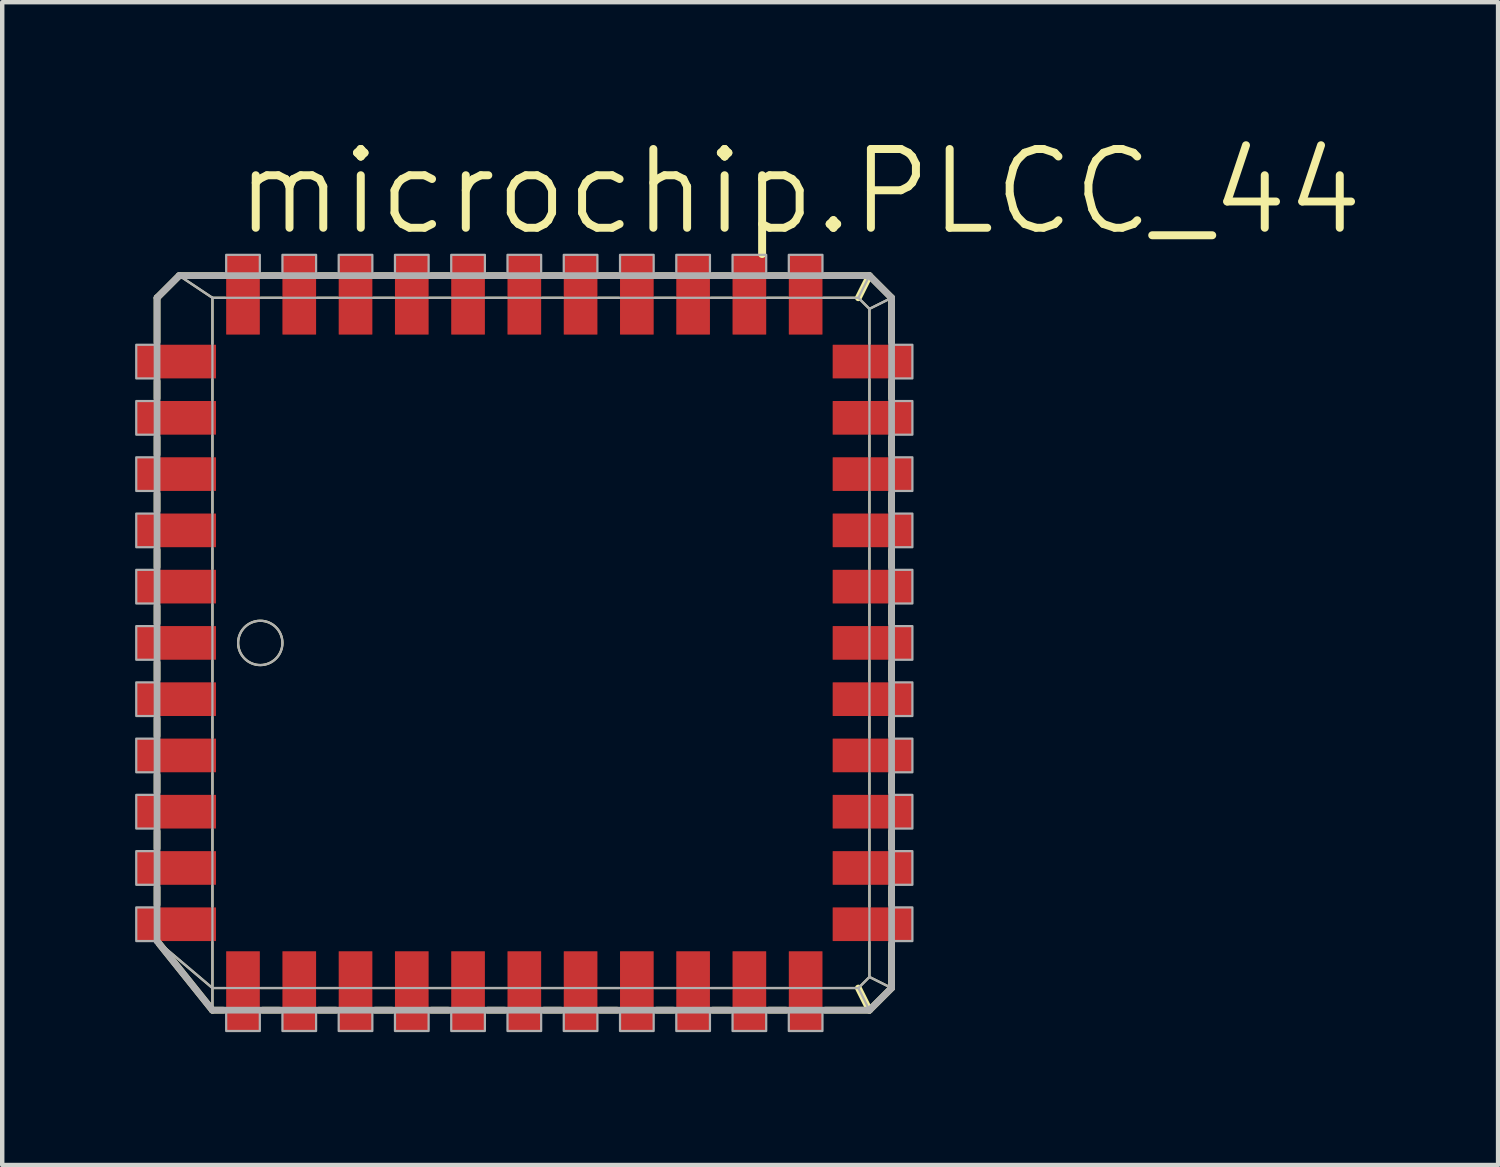
<source format=kicad_pcb>
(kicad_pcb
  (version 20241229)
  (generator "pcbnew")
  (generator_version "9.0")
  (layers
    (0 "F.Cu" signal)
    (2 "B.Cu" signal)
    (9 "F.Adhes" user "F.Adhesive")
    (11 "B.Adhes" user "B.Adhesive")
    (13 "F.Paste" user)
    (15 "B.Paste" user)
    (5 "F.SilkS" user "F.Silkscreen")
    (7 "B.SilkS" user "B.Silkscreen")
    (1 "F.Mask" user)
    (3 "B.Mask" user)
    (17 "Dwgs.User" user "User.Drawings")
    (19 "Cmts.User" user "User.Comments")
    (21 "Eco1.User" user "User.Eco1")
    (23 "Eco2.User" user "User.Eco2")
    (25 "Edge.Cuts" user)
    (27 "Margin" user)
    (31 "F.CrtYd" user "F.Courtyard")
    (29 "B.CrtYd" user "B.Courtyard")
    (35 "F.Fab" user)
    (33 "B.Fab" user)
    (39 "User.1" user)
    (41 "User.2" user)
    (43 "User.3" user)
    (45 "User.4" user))
  (footprint "microchip.PLCC_44"
    (layer "F.Cu")
    (at 8.785 11.462)
    (property "Reference" "microchip.PLCC_44" (at -6.604 -9.144 0) (layer "F.SilkS") (effects (font (size 1.778 1.778) (thickness 0.18)) (justify left bottom)))
    (attr smd)
    (fp_line (start -8.29 -7.79) (end -7.79 -8.29) (stroke (width 0.152) (type default)) (layer "F.SilkS"))
    (fp_line (start -8.29 -6.79) (end -8.29 -7.79) (stroke (width 0.152) (type default)) (layer "F.SilkS"))
    (fp_line (start -8.29 -5.52) (end -8.29 -5.91) (stroke (width 0.152) (type default)) (layer "F.SilkS"))
    (fp_line (start -8.29 -4.25) (end -8.29 -4.64) (stroke (width 0.152) (type default)) (layer "F.SilkS"))
    (fp_line (start -8.29 -2.98) (end -8.29 -3.37) (stroke (width 0.152) (type default)) (layer "F.SilkS"))
    (fp_line (start -8.29 -1.71) (end -8.29 -2.1) (stroke (width 0.152) (type default)) (layer "F.SilkS"))
    (fp_line (start -8.29 -0.44) (end -8.29 -0.83) (stroke (width 0.152) (type default)) (layer "F.SilkS"))
    (fp_line (start -8.29 0.83) (end -8.29 0.44) (stroke (width 0.152) (type default)) (layer "F.SilkS"))
    (fp_line (start -8.29 2.1) (end -8.29 1.71) (stroke (width 0.152) (type default)) (layer "F.SilkS"))
    (fp_line (start -8.29 3.37) (end -8.29 2.98) (stroke (width 0.152) (type default)) (layer "F.SilkS"))
    (fp_line (start -8.29 4.64) (end -8.29 4.25) (stroke (width 0.152) (type default)) (layer "F.SilkS"))
    (fp_line (start -8.29 5.91) (end -8.29 5.52) (stroke (width 0.152) (type default)) (layer "F.SilkS"))
    (fp_line (start -7.79 -8.29) (end -7.04 -7.79) (stroke (width 0.051) (type default)) (layer "F.SilkS"))
    (fp_line (start -7.79 -8.29) (end -6.79 -8.29) (stroke (width 0.152) (type default)) (layer "F.SilkS"))
    (fp_line (start -7.04 -7.79) (end -6.75 -7.79) (stroke (width 0.051) (type default)) (layer "F.SilkS"))
    (fp_line (start -7.04 -6.75) (end -7.04 -7.79) (stroke (width 0.051) (type default)) (layer "F.SilkS"))
    (fp_line (start -7.04 -5.48) (end -7.04 -5.95) (stroke (width 0.051) (type default)) (layer "F.SilkS"))
    (fp_line (start -7.04 -4.21) (end -7.04 -4.68) (stroke (width 0.051) (type default)) (layer "F.SilkS"))
    (fp_line (start -7.04 -2.94) (end -7.04 -3.41) (stroke (width 0.051) (type default)) (layer "F.SilkS"))
    (fp_line (start -7.04 -1.67) (end -7.04 -2.14) (stroke (width 0.051) (type default)) (layer "F.SilkS"))
    (fp_line (start -7.04 -0.4) (end -7.04 -0.87) (stroke (width 0.051) (type default)) (layer "F.SilkS"))
    (fp_line (start -7.04 0.87) (end -7.04 0.4) (stroke (width 0.051) (type default)) (layer "F.SilkS"))
    (fp_line (start -7.04 2.14) (end -7.04 1.67) (stroke (width 0.051) (type default)) (layer "F.SilkS"))
    (fp_line (start -7.04 3.41) (end -7.04 2.94) (stroke (width 0.051) (type default)) (layer "F.SilkS"))
    (fp_line (start -7.04 4.68) (end -7.04 4.21) (stroke (width 0.051) (type default)) (layer "F.SilkS"))
    (fp_line (start -7.04 5.95) (end -7.04 5.48) (stroke (width 0.051) (type default)) (layer "F.SilkS"))
    (fp_line (start -7.04 7.79) (end -8.27 6.75) (stroke (width 0.051) (type default)) (layer "F.SilkS"))
    (fp_line (start -7.04 7.79) (end -7.04 6.75) (stroke (width 0.051) (type default)) (layer "F.SilkS"))
    (fp_line (start -7.04 8.29) (end -8.24 6.79) (stroke (width 0.152) (type default)) (layer "F.SilkS"))
    (fp_line (start -7.04 8.29) (end -7.04 7.79) (stroke (width 0.051) (type default)) (layer "F.SilkS"))
    (fp_line (start -6.79 8.29) (end -7.04 8.29) (stroke (width 0.152) (type default)) (layer "F.SilkS"))
    (fp_line (start -6.75 7.79) (end -7.04 7.79) (stroke (width 0.051) (type default)) (layer "F.SilkS"))
    (fp_line (start -5.95 -7.79) (end -5.48 -7.79) (stroke (width 0.051) (type default)) (layer "F.SilkS"))
    (fp_line (start -5.91 -8.29) (end -5.52 -8.29) (stroke (width 0.152) (type default)) (layer "F.SilkS"))
    (fp_line (start -5.52 8.29) (end -5.91 8.29) (stroke (width 0.152) (type default)) (layer "F.SilkS"))
    (fp_line (start -5.48 7.79) (end -5.95 7.79) (stroke (width 0.051) (type default)) (layer "F.SilkS"))
    (fp_line (start -4.68 -7.79) (end -4.21 -7.79) (stroke (width 0.051) (type default)) (layer "F.SilkS"))
    (fp_line (start -4.64 -8.29) (end -4.25 -8.29) (stroke (width 0.152) (type default)) (layer "F.SilkS"))
    (fp_line (start -4.25 8.29) (end -4.64 8.29) (stroke (width 0.152) (type default)) (layer "F.SilkS"))
    (fp_line (start -4.21 7.79) (end -4.68 7.79) (stroke (width 0.051) (type default)) (layer "F.SilkS"))
    (fp_line (start -3.41 -7.79) (end -2.94 -7.79) (stroke (width 0.051) (type default)) (layer "F.SilkS"))
    (fp_line (start -3.37 -8.29) (end -2.98 -8.29) (stroke (width 0.152) (type default)) (layer "F.SilkS"))
    (fp_line (start -2.98 8.29) (end -3.37 8.29) (stroke (width 0.152) (type default)) (layer "F.SilkS"))
    (fp_line (start -2.94 7.79) (end -3.41 7.79) (stroke (width 0.051) (type default)) (layer "F.SilkS"))
    (fp_line (start -2.14 -7.79) (end -1.67 -7.79) (stroke (width 0.051) (type default)) (layer "F.SilkS"))
    (fp_line (start -2.1 -8.29) (end -1.71 -8.29) (stroke (width 0.152) (type default)) (layer "F.SilkS"))
    (fp_line (start -1.71 8.29) (end -2.1 8.29) (stroke (width 0.152) (type default)) (layer "F.SilkS"))
    (fp_line (start -1.67 7.79) (end -2.14 7.79) (stroke (width 0.051) (type default)) (layer "F.SilkS"))
    (fp_line (start -0.87 -7.79) (end -0.4 -7.79) (stroke (width 0.051) (type default)) (layer "F.SilkS"))
    (fp_line (start -0.83 -8.29) (end -0.44 -8.29) (stroke (width 0.152) (type default)) (layer "F.SilkS"))
    (fp_line (start -0.44 8.29) (end -0.83 8.29) (stroke (width 0.152) (type default)) (layer "F.SilkS"))
    (fp_line (start -0.4 7.79) (end -0.87 7.79) (stroke (width 0.051) (type default)) (layer "F.SilkS"))
    (fp_line (start 0.4 -7.79) (end 0.87 -7.79) (stroke (width 0.051) (type default)) (layer "F.SilkS"))
    (fp_line (start 0.44 -8.29) (end 0.83 -8.29) (stroke (width 0.152) (type default)) (layer "F.SilkS"))
    (fp_line (start 0.83 8.29) (end 0.44 8.29) (stroke (width 0.152) (type default)) (layer "F.SilkS"))
    (fp_line (start 0.87 7.79) (end 0.4 7.79) (stroke (width 0.051) (type default)) (layer "F.SilkS"))
    (fp_line (start 1.67 -7.79) (end 2.14 -7.79) (stroke (width 0.051) (type default)) (layer "F.SilkS"))
    (fp_line (start 1.71 -8.29) (end 2.1 -8.29) (stroke (width 0.152) (type default)) (layer "F.SilkS"))
    (fp_line (start 2.1 8.29) (end 1.71 8.29) (stroke (width 0.152) (type default)) (layer "F.SilkS"))
    (fp_line (start 2.14 7.79) (end 1.67 7.79) (stroke (width 0.051) (type default)) (layer "F.SilkS"))
    (fp_line (start 2.94 -7.79) (end 3.41 -7.79) (stroke (width 0.051) (type default)) (layer "F.SilkS"))
    (fp_line (start 2.98 -8.29) (end 3.37 -8.29) (stroke (width 0.152) (type default)) (layer "F.SilkS"))
    (fp_line (start 3.37 8.29) (end 2.98 8.29) (stroke (width 0.152) (type default)) (layer "F.SilkS"))
    (fp_line (start 3.41 7.79) (end 2.94 7.79) (stroke (width 0.051) (type default)) (layer "F.SilkS"))
    (fp_line (start 4.21 -7.79) (end 4.68 -7.79) (stroke (width 0.051) (type default)) (layer "F.SilkS"))
    (fp_line (start 4.25 -8.29) (end 4.64 -8.29) (stroke (width 0.152) (type default)) (layer "F.SilkS"))
    (fp_line (start 4.64 8.29) (end 4.25 8.29) (stroke (width 0.152) (type default)) (layer "F.SilkS"))
    (fp_line (start 4.68 7.79) (end 4.21 7.79) (stroke (width 0.051) (type default)) (layer "F.SilkS"))
    (fp_line (start 5.48 -7.79) (end 5.95 -7.79) (stroke (width 0.051) (type default)) (layer "F.SilkS"))
    (fp_line (start 5.52 -8.29) (end 5.91 -8.29) (stroke (width 0.152) (type default)) (layer "F.SilkS"))
    (fp_line (start 5.91 8.29) (end 5.52 8.29) (stroke (width 0.152) (type default)) (layer "F.SilkS"))
    (fp_line (start 5.95 7.79) (end 5.48 7.79) (stroke (width 0.051) (type default)) (layer "F.SilkS"))
    (fp_line (start 6.75 -7.79) (end 7.54 -7.79) (stroke (width 0.051) (type default)) (layer "F.SilkS"))
    (fp_line (start 6.79 -8.29) (end 7.79 -8.29) (stroke (width 0.152) (type default)) (layer "F.SilkS"))
    (fp_line (start 7.54 -7.79) (end 7.79 -8.29) (stroke (width 0.152) (type default)) (layer "F.SilkS"))
    (fp_line (start 7.54 -7.79) (end 7.79 -7.54) (stroke (width 0.051) (type default)) (layer "F.SilkS"))
    (fp_line (start 7.54 7.79) (end 6.75 7.79) (stroke (width 0.051) (type default)) (layer "F.SilkS"))
    (fp_line (start 7.79 -8.29) (end 8.29 -7.79) (stroke (width 0.152) (type default)) (layer "F.SilkS"))
    (fp_line (start 7.79 -7.54) (end 7.79 -6.75) (stroke (width 0.051) (type default)) (layer "F.SilkS"))
    (fp_line (start 7.79 -7.54) (end 8.29 -7.79) (stroke (width 0.051) (type default)) (layer "F.SilkS"))
    (fp_line (start 7.79 -5.95) (end 7.79 -5.48) (stroke (width 0.051) (type default)) (layer "F.SilkS"))
    (fp_line (start 7.79 -4.68) (end 7.79 -4.21) (stroke (width 0.051) (type default)) (layer "F.SilkS"))
    (fp_line (start 7.79 -3.41) (end 7.79 -2.94) (stroke (width 0.051) (type default)) (layer "F.SilkS"))
    (fp_line (start 7.79 -2.14) (end 7.79 -1.67) (stroke (width 0.051) (type default)) (layer "F.SilkS"))
    (fp_line (start 7.79 -0.87) (end 7.79 -0.4) (stroke (width 0.051) (type default)) (layer "F.SilkS"))
    (fp_line (start 7.79 0.4) (end 7.79 0.87) (stroke (width 0.051) (type default)) (layer "F.SilkS"))
    (fp_line (start 7.79 1.67) (end 7.79 2.14) (stroke (width 0.051) (type default)) (layer "F.SilkS"))
    (fp_line (start 7.79 2.94) (end 7.79 3.41) (stroke (width 0.051) (type default)) (layer "F.SilkS"))
    (fp_line (start 7.79 4.21) (end 7.79 4.68) (stroke (width 0.051) (type default)) (layer "F.SilkS"))
    (fp_line (start 7.79 5.48) (end 7.79 5.95) (stroke (width 0.051) (type default)) (layer "F.SilkS"))
    (fp_line (start 7.79 6.75) (end 7.79 7.54) (stroke (width 0.051) (type default)) (layer "F.SilkS"))
    (fp_line (start 7.79 7.54) (end 7.54 7.79) (stroke (width 0.051) (type default)) (layer "F.SilkS"))
    (fp_line (start 7.79 8.29) (end 6.79 8.29) (stroke (width 0.152) (type default)) (layer "F.SilkS"))
    (fp_line (start 7.79 8.29) (end 7.54 7.79) (stroke (width 0.152) (type default)) (layer "F.SilkS"))
    (fp_line (start 8.29 -7.79) (end 8.29 -6.79) (stroke (width 0.152) (type default)) (layer "F.SilkS"))
    (fp_line (start 8.29 -5.91) (end 8.29 -5.52) (stroke (width 0.152) (type default)) (layer "F.SilkS"))
    (fp_line (start 8.29 -4.64) (end 8.29 -4.25) (stroke (width 0.152) (type default)) (layer "F.SilkS"))
    (fp_line (start 8.29 -3.37) (end 8.29 -2.98) (stroke (width 0.152) (type default)) (layer "F.SilkS"))
    (fp_line (start 8.29 -2.1) (end 8.29 -1.71) (stroke (width 0.152) (type default)) (layer "F.SilkS"))
    (fp_line (start 8.29 -0.83) (end 8.29 -0.44) (stroke (width 0.152) (type default)) (layer "F.SilkS"))
    (fp_line (start 8.29 0.44) (end 8.29 0.83) (stroke (width 0.152) (type default)) (layer "F.SilkS"))
    (fp_line (start 8.29 1.71) (end 8.29 2.1) (stroke (width 0.152) (type default)) (layer "F.SilkS"))
    (fp_line (start 8.29 2.98) (end 8.29 3.37) (stroke (width 0.152) (type default)) (layer "F.SilkS"))
    (fp_line (start 8.29 4.25) (end 8.29 4.64) (stroke (width 0.152) (type default)) (layer "F.SilkS"))
    (fp_line (start 8.29 5.52) (end 8.29 5.91) (stroke (width 0.152) (type default)) (layer "F.SilkS"))
    (fp_line (start 8.29 6.79) (end 8.29 7.79) (stroke (width 0.152) (type default)) (layer "F.SilkS"))
    (fp_line (start 8.29 7.79) (end 7.79 7.54) (stroke (width 0.051) (type default)) (layer "F.SilkS"))
    (fp_line (start 8.29 7.79) (end 7.79 8.29) (stroke (width 0.152) (type default)) (layer "F.SilkS"))
    (fp_circle (center -5.96 0) (end -5.46 0) (stroke (width 0.051) (type default)) (fill no) (layer "F.SilkS"))
    (fp_line (start -8.29 6.73) (end -8.29 -7.79) (stroke (width 0.152) (type default)) (layer "F.Fab"))
    (fp_line (start -8.29 -7.79) (end -7.79 -8.29) (stroke (width 0.152) (type default)) (layer "F.Fab"))
    (fp_line (start -7.79 -8.29) (end -7.04 -7.79) (stroke (width 0.051) (type default)) (layer "F.Fab"))
    (fp_line (start -7.79 -8.29) (end 7.79 -8.29) (stroke (width 0.152) (type default)) (layer "F.Fab"))
    (fp_line (start -7.04 -7.79) (end 7.54 -7.79) (stroke (width 0.051) (type default)) (layer "F.Fab"))
    (fp_line (start -7.04 7.79) (end -8.29 6.73) (stroke (width 0.051) (type default)) (layer "F.Fab"))
    (fp_line (start -7.04 7.79) (end -7.04 -7.79) (stroke (width 0.051) (type default)) (layer "F.Fab"))
    (fp_line (start -7.04 8.29) (end -8.29 6.73) (stroke (width 0.152) (type default)) (layer "F.Fab"))
    (fp_line (start -7.04 8.29) (end -7.04 7.79) (stroke (width 0.051) (type default)) (layer "F.Fab"))
    (fp_line (start 7.54 -7.79) (end 7.79 -8.29) (stroke (width 0.051) (type default)) (layer "F.Fab"))
    (fp_line (start 7.54 -7.79) (end 7.79 -7.54) (stroke (width 0.051) (type default)) (layer "F.Fab"))
    (fp_line (start 7.54 7.79) (end -7.04 7.79) (stroke (width 0.051) (type default)) (layer "F.Fab"))
    (fp_line (start 7.79 -8.29) (end 8.29 -7.79) (stroke (width 0.152) (type default)) (layer "F.Fab"))
    (fp_line (start 7.79 -7.54) (end 7.79 7.54) (stroke (width 0.051) (type default)) (layer "F.Fab"))
    (fp_line (start 7.79 -7.54) (end 8.29 -7.79) (stroke (width 0.051) (type default)) (layer "F.Fab"))
    (fp_line (start 7.79 7.54) (end 7.54 7.79) (stroke (width 0.051) (type default)) (layer "F.Fab"))
    (fp_line (start 7.79 8.29) (end -7.04 8.29) (stroke (width 0.152) (type default)) (layer "F.Fab"))
    (fp_line (start 7.79 8.29) (end 7.54 7.79) (stroke (width 0.051) (type default)) (layer "F.Fab"))
    (fp_line (start 8.29 -7.79) (end 8.29 7.79) (stroke (width 0.152) (type default)) (layer "F.Fab"))
    (fp_line (start 8.29 7.79) (end 7.79 7.54) (stroke (width 0.051) (type default)) (layer "F.Fab"))
    (fp_line (start 8.29 7.79) (end 7.79 8.29) (stroke (width 0.152) (type default)) (layer "F.Fab"))
    (fp_rect (start -8.76 -5.97) (end -8.29 -6.73) (stroke (width 0.05) (type default)) (fill no) (layer "F.Fab"))
    (fp_rect (start -8.76 -4.7) (end -8.29 -5.46) (stroke (width 0.05) (type default)) (fill no) (layer "F.Fab"))
    (fp_rect (start -8.76 -3.43) (end -8.29 -4.19) (stroke (width 0.05) (type default)) (fill no) (layer "F.Fab"))
    (fp_rect (start -8.76 -2.16) (end -8.29 -2.92) (stroke (width 0.05) (type default)) (fill no) (layer "F.Fab"))
    (fp_rect (start -8.76 -0.89) (end -8.29 -1.65) (stroke (width 0.05) (type default)) (fill no) (layer "F.Fab"))
    (fp_rect (start -8.76 0.38) (end -8.29 -0.38) (stroke (width 0.05) (type default)) (fill no) (layer "F.Fab"))
    (fp_rect (start -8.76 1.65) (end -8.29 0.89) (stroke (width 0.05) (type default)) (fill no) (layer "F.Fab"))
    (fp_rect (start -8.76 2.92) (end -8.29 2.16) (stroke (width 0.05) (type default)) (fill no) (layer "F.Fab"))
    (fp_rect (start -8.76 4.19) (end -8.29 3.43) (stroke (width 0.05) (type default)) (fill no) (layer "F.Fab"))
    (fp_rect (start -8.76 5.46) (end -8.29 4.7) (stroke (width 0.05) (type default)) (fill no) (layer "F.Fab"))
    (fp_rect (start -8.76 6.73) (end -8.29 5.97) (stroke (width 0.05) (type default)) (fill no) (layer "F.Fab"))
    (fp_rect (start -6.73 -8.29) (end -5.97 -8.76) (stroke (width 0.05) (type default)) (fill no) (layer "F.Fab"))
    (fp_rect (start -6.73 8.76) (end -5.97 8.29) (stroke (width 0.05) (type default)) (fill no) (layer "F.Fab"))
    (fp_rect (start -5.46 -8.29) (end -4.7 -8.76) (stroke (width 0.05) (type default)) (fill no) (layer "F.Fab"))
    (fp_rect (start -5.46 8.76) (end -4.7 8.29) (stroke (width 0.05) (type default)) (fill no) (layer "F.Fab"))
    (fp_rect (start -4.19 -8.29) (end -3.43 -8.76) (stroke (width 0.05) (type default)) (fill no) (layer "F.Fab"))
    (fp_rect (start -4.19 8.76) (end -3.43 8.29) (stroke (width 0.05) (type default)) (fill no) (layer "F.Fab"))
    (fp_rect (start -2.92 -8.29) (end -2.16 -8.76) (stroke (width 0.05) (type default)) (fill no) (layer "F.Fab"))
    (fp_rect (start -2.92 8.76) (end -2.16 8.29) (stroke (width 0.05) (type default)) (fill no) (layer "F.Fab"))
    (fp_rect (start -1.65 -8.29) (end -0.89 -8.76) (stroke (width 0.05) (type default)) (fill no) (layer "F.Fab"))
    (fp_rect (start -1.65 8.76) (end -0.89 8.29) (stroke (width 0.05) (type default)) (fill no) (layer "F.Fab"))
    (fp_rect (start -0.38 -8.29) (end 0.38 -8.76) (stroke (width 0.05) (type default)) (fill no) (layer "F.Fab"))
    (fp_rect (start -0.38 8.76) (end 0.38 8.29) (stroke (width 0.05) (type default)) (fill no) (layer "F.Fab"))
    (fp_rect (start 0.89 -8.29) (end 1.65 -8.76) (stroke (width 0.05) (type default)) (fill no) (layer "F.Fab"))
    (fp_rect (start 0.89 8.76) (end 1.65 8.29) (stroke (width 0.05) (type default)) (fill no) (layer "F.Fab"))
    (fp_rect (start 2.16 -8.29) (end 2.92 -8.76) (stroke (width 0.05) (type default)) (fill no) (layer "F.Fab"))
    (fp_rect (start 2.16 8.76) (end 2.92 8.29) (stroke (width 0.05) (type default)) (fill no) (layer "F.Fab"))
    (fp_rect (start 3.43 -8.29) (end 4.19 -8.76) (stroke (width 0.05) (type default)) (fill no) (layer "F.Fab"))
    (fp_rect (start 3.43 8.76) (end 4.19 8.29) (stroke (width 0.05) (type default)) (fill no) (layer "F.Fab"))
    (fp_rect (start 4.7 -8.29) (end 5.46 -8.76) (stroke (width 0.05) (type default)) (fill no) (layer "F.Fab"))
    (fp_rect (start 4.7 8.76) (end 5.46 8.29) (stroke (width 0.05) (type default)) (fill no) (layer "F.Fab"))
    (fp_rect (start 5.97 -8.29) (end 6.73 -8.76) (stroke (width 0.05) (type default)) (fill no) (layer "F.Fab"))
    (fp_rect (start 5.97 8.76) (end 6.73 8.29) (stroke (width 0.05) (type default)) (fill no) (layer "F.Fab"))
    (fp_rect (start 8.29 -5.97) (end 8.76 -6.73) (stroke (width 0.05) (type default)) (fill no) (layer "F.Fab"))
    (fp_rect (start 8.29 -4.7) (end 8.76 -5.46) (stroke (width 0.05) (type default)) (fill no) (layer "F.Fab"))
    (fp_rect (start 8.29 -3.43) (end 8.76 -4.19) (stroke (width 0.05) (type default)) (fill no) (layer "F.Fab"))
    (fp_rect (start 8.29 -2.16) (end 8.76 -2.92) (stroke (width 0.05) (type default)) (fill no) (layer "F.Fab"))
    (fp_rect (start 8.29 -0.89) (end 8.76 -1.65) (stroke (width 0.05) (type default)) (fill no) (layer "F.Fab"))
    (fp_rect (start 8.29 0.38) (end 8.76 -0.38) (stroke (width 0.05) (type default)) (fill no) (layer "F.Fab"))
    (fp_rect (start 8.29 1.65) (end 8.76 0.89) (stroke (width 0.05) (type default)) (fill no) (layer "F.Fab"))
    (fp_rect (start 8.29 2.92) (end 8.76 2.16) (stroke (width 0.05) (type default)) (fill no) (layer "F.Fab"))
    (fp_rect (start 8.29 4.19) (end 8.76 3.43) (stroke (width 0.05) (type default)) (fill no) (layer "F.Fab"))
    (fp_rect (start 8.29 5.46) (end 8.76 4.7) (stroke (width 0.05) (type default)) (fill no) (layer "F.Fab"))
    (fp_rect (start 8.29 6.73) (end 8.76 5.97) (stroke (width 0.05) (type default)) (fill no) (layer "F.Fab"))
    (fp_circle (center -5.96 0) (end -5.46 0) (stroke (width 0.051) (type default)) (fill no) (layer "F.Fab"))
    (pad "1" smd roundrect (at -7.86 0) (size 1.8 0.76) (layers "F.Cu" "F.Mask" "F.Paste") (roundrect_rratio 0.01))
    (pad "2" smd roundrect (at -7.86 1.27) (size 1.8 0.76) (layers "F.Cu" "F.Mask" "F.Paste") (roundrect_rratio 0.01))
    (pad "3" smd roundrect (at -7.86 2.54) (size 1.8 0.76) (layers "F.Cu" "F.Mask" "F.Paste") (roundrect_rratio 0.01))
    (pad "4" smd roundrect (at -7.86 3.81) (size 1.8 0.76) (layers "F.Cu" "F.Mask" "F.Paste") (roundrect_rratio 0.01))
    (pad "5" smd roundrect (at -7.86 5.08) (size 1.8 0.76) (layers "F.Cu" "F.Mask" "F.Paste") (roundrect_rratio 0.01))
    (pad "6" smd roundrect (at -7.86 6.35) (size 1.8 0.76) (layers "F.Cu" "F.Mask" "F.Paste") (roundrect_rratio 0.01))
    (pad "7" smd roundrect (at -6.35 7.86) (size 0.76 1.8) (layers "F.Cu" "F.Mask" "F.Paste") (roundrect_rratio 0.01))
    (pad "8" smd roundrect (at -5.08 7.86) (size 0.76 1.8) (layers "F.Cu" "F.Mask" "F.Paste") (roundrect_rratio 0.01))
    (pad "9" smd roundrect (at -3.81 7.86) (size 0.76 1.8) (layers "F.Cu" "F.Mask" "F.Paste") (roundrect_rratio 0.01))
    (pad "10" smd roundrect (at -2.54 7.86) (size 0.76 1.8) (layers "F.Cu" "F.Mask" "F.Paste") (roundrect_rratio 0.01))
    (pad "11" smd roundrect (at -1.27 7.86) (size 0.76 1.8) (layers "F.Cu" "F.Mask" "F.Paste") (roundrect_rratio 0.01))
    (pad "12" smd roundrect (at 0 7.86) (size 0.76 1.8) (layers "F.Cu" "F.Mask" "F.Paste") (roundrect_rratio 0.01))
    (pad "13" smd roundrect (at 1.27 7.86) (size 0.76 1.8) (layers "F.Cu" "F.Mask" "F.Paste") (roundrect_rratio 0.01))
    (pad "14" smd roundrect (at 2.54 7.86) (size 0.76 1.8) (layers "F.Cu" "F.Mask" "F.Paste") (roundrect_rratio 0.01))
    (pad "15" smd roundrect (at 3.81 7.86) (size 0.76 1.8) (layers "F.Cu" "F.Mask" "F.Paste") (roundrect_rratio 0.01))
    (pad "16" smd roundrect (at 5.08 7.86) (size 0.76 1.8) (layers "F.Cu" "F.Mask" "F.Paste") (roundrect_rratio 0.01))
    (pad "17" smd roundrect (at 6.35 7.86) (size 0.76 1.8) (layers "F.Cu" "F.Mask" "F.Paste") (roundrect_rratio 0.01))
    (pad "18" smd roundrect (at 7.86 6.35) (size 1.8 0.76) (layers "F.Cu" "F.Mask" "F.Paste") (roundrect_rratio 0.01))
    (pad "19" smd roundrect (at 7.86 5.08) (size 1.8 0.76) (layers "F.Cu" "F.Mask" "F.Paste") (roundrect_rratio 0.01))
    (pad "20" smd roundrect (at 7.86 3.81) (size 1.8 0.76) (layers "F.Cu" "F.Mask" "F.Paste") (roundrect_rratio 0.01))
    (pad "21" smd roundrect (at 7.86 2.54) (size 1.8 0.76) (layers "F.Cu" "F.Mask" "F.Paste") (roundrect_rratio 0.01))
    (pad "22" smd roundrect (at 7.86 1.27) (size 1.8 0.76) (layers "F.Cu" "F.Mask" "F.Paste") (roundrect_rratio 0.01))
    (pad "23" smd roundrect (at 7.86 0) (size 1.8 0.76) (layers "F.Cu" "F.Mask" "F.Paste") (roundrect_rratio 0.01))
    (pad "24" smd roundrect (at 7.86 -1.27) (size 1.8 0.76) (layers "F.Cu" "F.Mask" "F.Paste") (roundrect_rratio 0.01))
    (pad "25" smd roundrect (at 7.86 -2.54) (size 1.8 0.76) (layers "F.Cu" "F.Mask" "F.Paste") (roundrect_rratio 0.01))
    (pad "26" smd roundrect (at 7.86 -3.81) (size 1.8 0.76) (layers "F.Cu" "F.Mask" "F.Paste") (roundrect_rratio 0.01))
    (pad "27" smd roundrect (at 7.86 -5.08) (size 1.8 0.76) (layers "F.Cu" "F.Mask" "F.Paste") (roundrect_rratio 0.01))
    (pad "28" smd roundrect (at 7.86 -6.35) (size 1.8 0.76) (layers "F.Cu" "F.Mask" "F.Paste") (roundrect_rratio 0.01))
    (pad "29" smd roundrect (at 6.35 -7.86) (size 0.76 1.8) (layers "F.Cu" "F.Mask" "F.Paste") (roundrect_rratio 0.01))
    (pad "30" smd roundrect (at 5.08 -7.86) (size 0.76 1.8) (layers "F.Cu" "F.Mask" "F.Paste") (roundrect_rratio 0.01))
    (pad "31" smd roundrect (at 3.81 -7.86) (size 0.76 1.8) (layers "F.Cu" "F.Mask" "F.Paste") (roundrect_rratio 0.01))
    (pad "32" smd roundrect (at 2.54 -7.86) (size 0.76 1.8) (layers "F.Cu" "F.Mask" "F.Paste") (roundrect_rratio 0.01))
    (pad "33" smd roundrect (at 1.27 -7.86) (size 0.76 1.8) (layers "F.Cu" "F.Mask" "F.Paste") (roundrect_rratio 0.01))
    (pad "34" smd roundrect (at 0 -7.86) (size 0.76 1.8) (layers "F.Cu" "F.Mask" "F.Paste") (roundrect_rratio 0.01))
    (pad "35" smd roundrect (at -1.27 -7.86) (size 0.76 1.8) (layers "F.Cu" "F.Mask" "F.Paste") (roundrect_rratio 0.01))
    (pad "36" smd roundrect (at -2.54 -7.86) (size 0.76 1.8) (layers "F.Cu" "F.Mask" "F.Paste") (roundrect_rratio 0.01))
    (pad "37" smd roundrect (at -3.81 -7.86) (size 0.76 1.8) (layers "F.Cu" "F.Mask" "F.Paste") (roundrect_rratio 0.01))
    (pad "38" smd roundrect (at -5.08 -7.86) (size 0.76 1.8) (layers "F.Cu" "F.Mask" "F.Paste") (roundrect_rratio 0.01))
    (pad "39" smd roundrect (at -6.35 -7.86) (size 0.76 1.8) (layers "F.Cu" "F.Mask" "F.Paste") (roundrect_rratio 0.01))
    (pad "40" smd roundrect (at -7.86 -6.35) (size 1.8 0.76) (layers "F.Cu" "F.Mask" "F.Paste") (roundrect_rratio 0.01))
    (pad "41" smd roundrect (at -7.86 -5.08) (size 1.8 0.76) (layers "F.Cu" "F.Mask" "F.Paste") (roundrect_rratio 0.01))
    (pad "42" smd roundrect (at -7.86 -3.81) (size 1.8 0.76) (layers "F.Cu" "F.Mask" "F.Paste") (roundrect_rratio 0.01))
    (pad "43" smd roundrect (at -7.86 -2.54) (size 1.8 0.76) (layers "F.Cu" "F.Mask" "F.Paste") (roundrect_rratio 0.01))
    (pad "44" smd roundrect (at -7.86 -1.27) (size 1.8 0.76) (layers "F.Cu" "F.Mask" "F.Paste") (roundrect_rratio 0.01)))
  (gr_rect
    (start -3 -3)
    (end 30.765 23.247)
    (stroke (width 0.1) (type default))
    (fill no)
    (layer "Edge.Cuts")))
</source>
